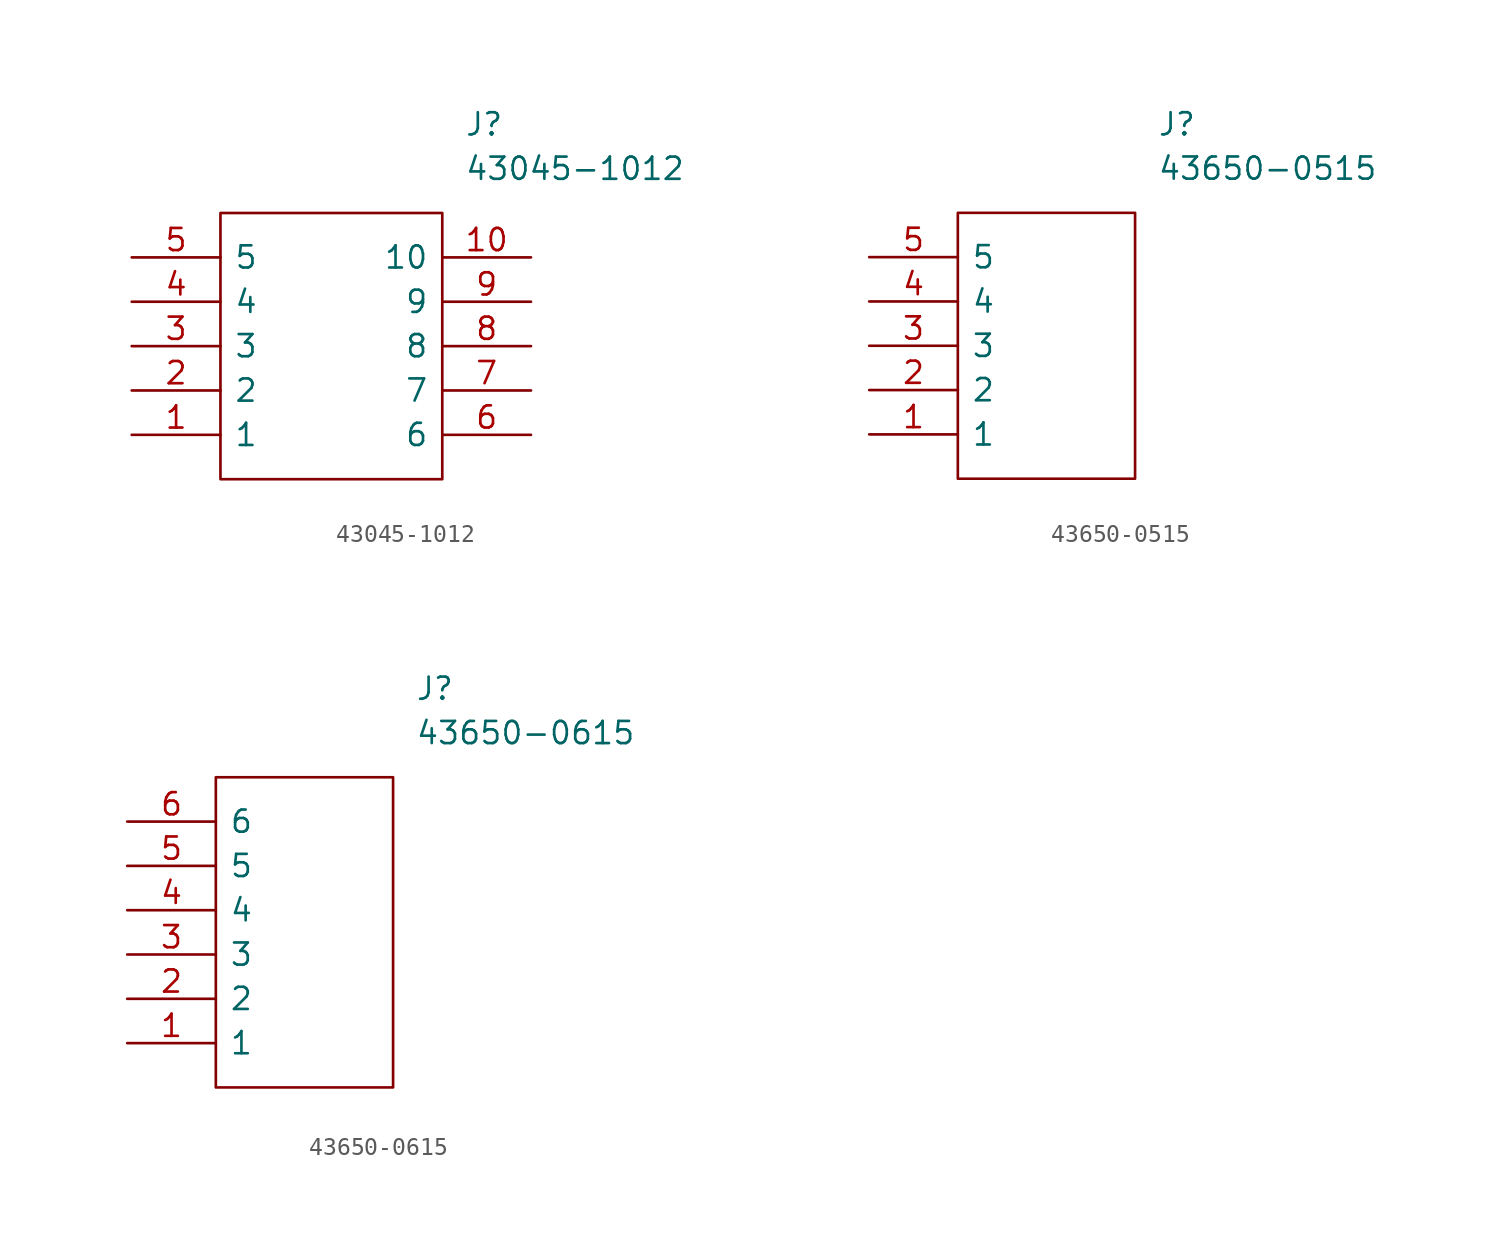
<source format=kicad_sym>
(kicad_symbol_lib
  (version 20211014)
  (generator kicad_symbol_editor)
  (symbol "43045-1012"
    (pin_names
      (offset 0.762))
    (property "Reference" "J"
      (at 19.05 7.62 0)
      (effects (font (size 1.27 1.27)) (justify left)))
    (property "Value" "43045-1012"
      (at 19.05 5.08 0)
      (effects (font (size 1.27 1.27)) (justify left)))
    (symbol "43045-1012_0_0"
      (pin passive line (at 0 -10.16 0) (length 5.08) (name "1" (effects (font (size 1.27 1.27)))) (number "1" (effects (font (size 1.27 1.27)))))
      (pin passive line (at 22.86 0 180) (length 5.08) (name "10" (effects (font (size 1.27 1.27)))) (number "10" (effects (font (size 1.27 1.27)))))
      (pin passive line (at 0 -7.62 0) (length 5.08) (name "2" (effects (font (size 1.27 1.27)))) (number "2" (effects (font (size 1.27 1.27)))))
      (pin passive line (at 0 -5.08 0) (length 5.08) (name "3" (effects (font (size 1.27 1.27)))) (number "3" (effects (font (size 1.27 1.27)))))
      (pin passive line (at 0 -2.54 0) (length 5.08) (name "4" (effects (font (size 1.27 1.27)))) (number "4" (effects (font (size 1.27 1.27)))))
      (pin passive line (at 0 0 0) (length 5.08) (name "5" (effects (font (size 1.27 1.27)))) (number "5" (effects (font (size 1.27 1.27)))))
      (pin passive line (at 22.86 -10.16 180) (length 5.08) (name "6" (effects (font (size 1.27 1.27)))) (number "6" (effects (font (size 1.27 1.27)))))
      (pin passive line (at 22.86 -7.62 180) (length 5.08) (name "7" (effects (font (size 1.27 1.27)))) (number "7" (effects (font (size 1.27 1.27)))))
      (pin passive line (at 22.86 -5.08 180) (length 5.08) (name "8" (effects (font (size 1.27 1.27)))) (number "8" (effects (font (size 1.27 1.27)))))
      (pin passive line (at 22.86 -2.54 180) (length 5.08) (name "9" (effects (font (size 1.27 1.27)))) (number "9" (effects (font (size 1.27 1.27))))))
    (symbol "43045-1012_0_1"
      (polyline (pts (xy 5.08 2.54) (xy 17.78 2.54) (xy 17.78 -12.7) (xy 5.08 -12.7) (xy 5.08 2.54)) (stroke (width 0.152) (type default) (color 0 0 0 0)) (fill (type none)))))
  (symbol "43650-0515"
    (pin_names
      (offset 0.762))
    (property "Reference" "J"
      (at 16.51 7.62 0)
      (effects (font (size 1.27 1.27)) (justify left)))
    (property "Value" "43650-0515"
      (at 16.51 5.08 0)
      (effects (font (size 1.27 1.27)) (justify left)))
    (symbol "43650-0515_0_0"
      (pin passive line (at 0 -10.16 0) (length 5.08) (name "1" (effects (font (size 1.27 1.27)))) (number "1" (effects (font (size 1.27 1.27)))))
      (pin passive line (at 0 -7.62 0) (length 5.08) (name "2" (effects (font (size 1.27 1.27)))) (number "2" (effects (font (size 1.27 1.27)))))
      (pin passive line (at 0 -5.08 0) (length 5.08) (name "3" (effects (font (size 1.27 1.27)))) (number "3" (effects (font (size 1.27 1.27)))))
      (pin passive line (at 0 -2.54 0) (length 5.08) (name "4" (effects (font (size 1.27 1.27)))) (number "4" (effects (font (size 1.27 1.27)))))
      (pin passive line (at 0 0 0) (length 5.08) (name "5" (effects (font (size 1.27 1.27)))) (number "5" (effects (font (size 1.27 1.27))))))
    (symbol "43650-0515_0_1"
      (polyline (pts (xy 5.08 2.54) (xy 15.24 2.54) (xy 15.24 -12.7) (xy 5.08 -12.7) (xy 5.08 2.54)) (stroke (width 0.152) (type default) (color 0 0 0 0)) (fill (type none)))))
  (symbol "43650-0615"
    (pin_names
      (offset 0.762))
    (property "Reference" "J"
      (at 16.51 7.62 0)
      (effects (font (size 1.27 1.27)) (justify left)))
    (property "Value" "43650-0615"
      (at 16.51 5.08 0)
      (effects (font (size 1.27 1.27)) (justify left)))
    (symbol "43650-0615_0_0"
      (pin passive line (at 0 -12.7 0) (length 5.08) (name "1" (effects (font (size 1.27 1.27)))) (number "1" (effects (font (size 1.27 1.27)))))
      (pin passive line (at 0 -10.16 0) (length 5.08) (name "2" (effects (font (size 1.27 1.27)))) (number "2" (effects (font (size 1.27 1.27)))))
      (pin passive line (at 0 -7.62 0) (length 5.08) (name "3" (effects (font (size 1.27 1.27)))) (number "3" (effects (font (size 1.27 1.27)))))
      (pin passive line (at 0 -5.08 0) (length 5.08) (name "4" (effects (font (size 1.27 1.27)))) (number "4" (effects (font (size 1.27 1.27)))))
      (pin passive line (at 0 -2.54 0) (length 5.08) (name "5" (effects (font (size 1.27 1.27)))) (number "5" (effects (font (size 1.27 1.27)))))
      (pin passive line (at 0 0 0) (length 5.08) (name "6" (effects (font (size 1.27 1.27)))) (number "6" (effects (font (size 1.27 1.27))))))
    (symbol "43650-0615_0_1"
      (polyline (pts (xy 5.08 2.54) (xy 15.24 2.54) (xy 15.24 -15.24) (xy 5.08 -15.24) (xy 5.08 2.54)) (stroke (width 0.152) (type default) (color 0 0 0 0)) (fill (type none))))))
</source>
